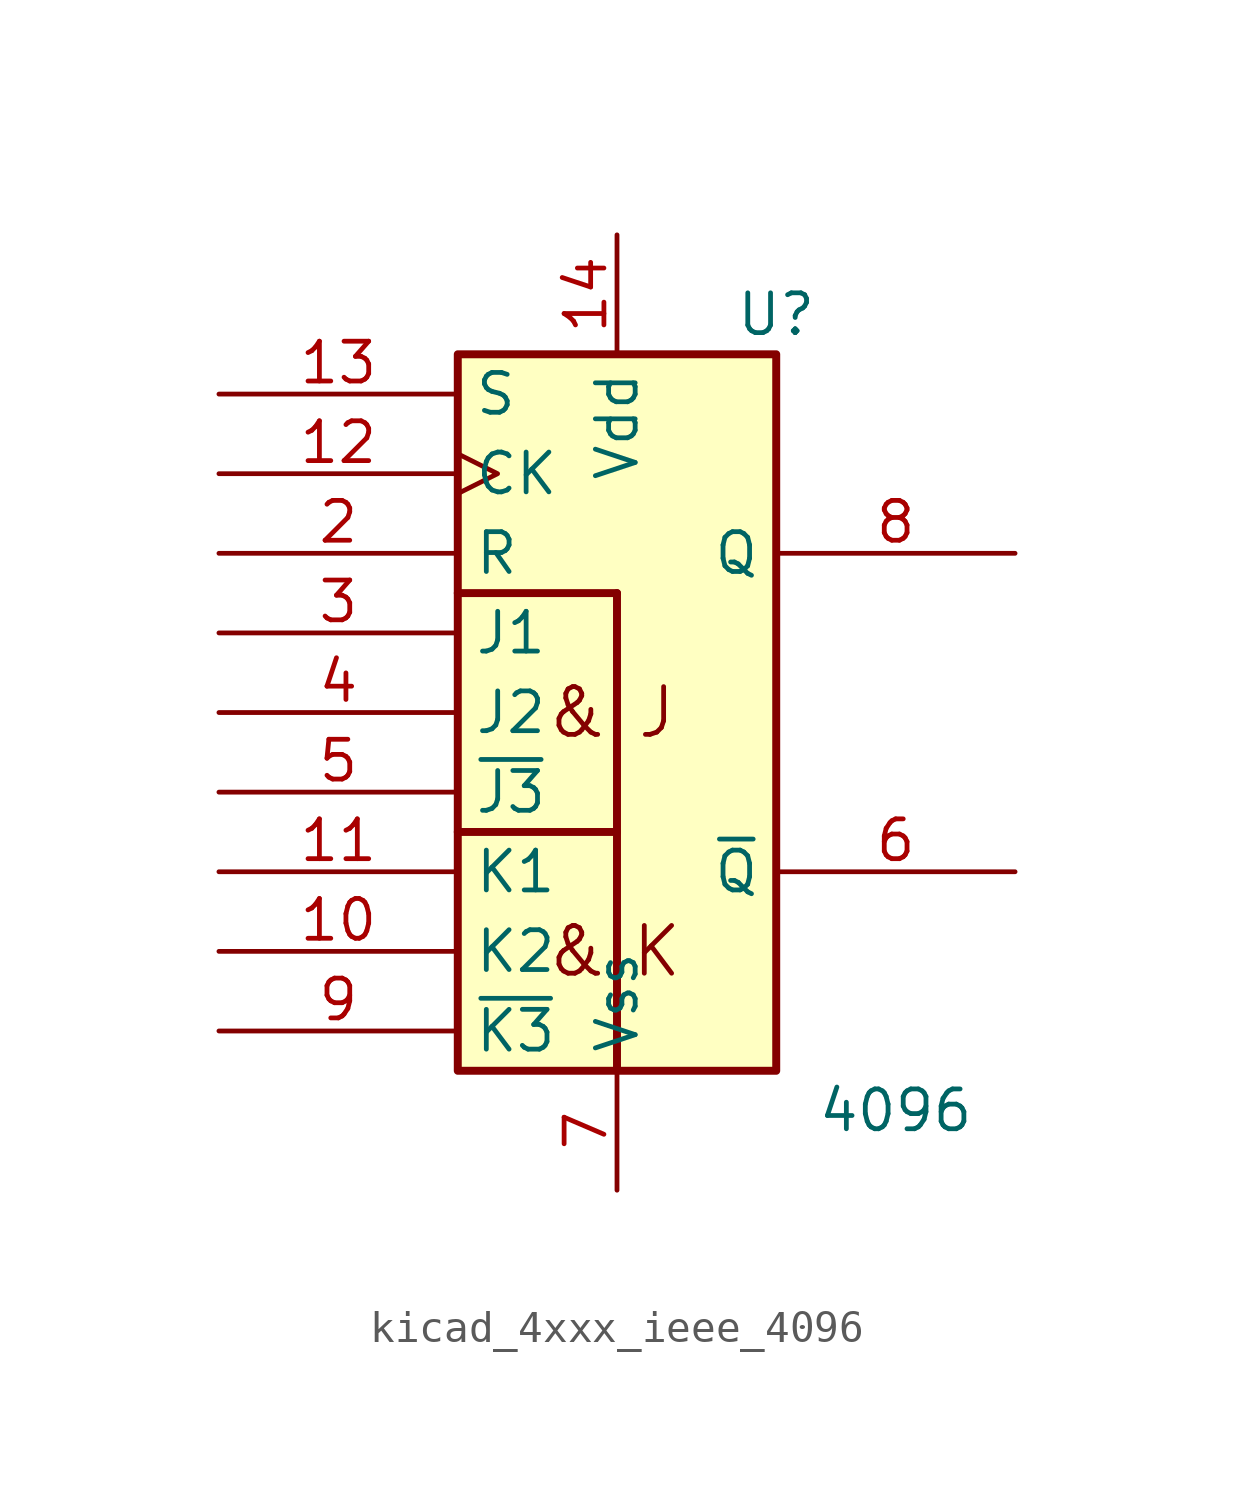
<source format=kicad_sym>
(kicad_symbol_lib
  (version 20220914)
  (generator kicad_symbol_editor)
  (symbol "kicad_4xxx_ieee_4096"
    (property "Reference" "U"
      (at 5.08 12.7 0)
      (effects (font (size 1.27 1.27))))
    (property "Value" "4096"
      (at 8.89 -12.7 0)
      (effects (font (size 1.27 1.27))))
    (symbol "kicad_4xxx_ieee_4096_0_0"
      (text "&" (at -1.27 -7.62 0) (effects (font (size 1.524 1.524))))
      (text "&" (at -1.27 0 0) (effects (font (size 1.524 1.524))))
      (text "J" (at 1.27 0 0) (effects (font (size 1.524 1.524))))
      (text "K" (at 1.27 -7.62 0) (effects (font (size 1.524 1.524)))))
    (symbol "kicad_4xxx_ieee_4096_0_1"
      (rectangle (start -5.08 3.81) (end 0 3.81) (stroke (width 0.254) (type default)) (fill (type background)))
      (rectangle (start -5.08 11.43) (end 5.08 -11.43) (stroke (width 0.254) (type default)) (fill (type background)))
      (rectangle (start 0 -3.81) (end -5.08 -3.81) (stroke (width 0.254) (type default)) (fill (type background)))
      (rectangle (start 0 -3.81) (end 0 -11.43) (stroke (width 0.254) (type default)) (fill (type background)))
      (rectangle (start 0 3.81) (end 0 -3.81) (stroke (width 0.254) (type default)) (fill (type background))))
    (symbol "kicad_4xxx_ieee_4096_1_1"
      (pin input line (at -12.7 -7.62 0) (length 7.62) (name "K2" (effects (font (size 1.27 1.27)))) (number "10" (effects (font (size 1.27 1.27)))))
      (pin input line (at -12.7 -5.08 0) (length 7.62) (name "K1" (effects (font (size 1.27 1.27)))) (number "11" (effects (font (size 1.27 1.27)))))
      (pin input clock (at -12.7 7.62 0) (length 7.62) (name "CK" (effects (font (size 1.27 1.27)))) (number "12" (effects (font (size 1.27 1.27)))))
      (pin input line (at -12.7 10.16 0) (length 7.62) (name "S" (effects (font (size 1.27 1.27)))) (number "13" (effects (font (size 1.27 1.27)))))
      (pin power_in line (at 0 15.24 270) (length 3.81) (name "Vdd" (effects (font (size 1.27 1.27)))) (number "14" (effects (font (size 1.27 1.27)))))
      (pin input line (at -12.7 5.08 0) (length 7.62) (name "R" (effects (font (size 1.27 1.27)))) (number "2" (effects (font (size 1.27 1.27)))))
      (pin input line (at -12.7 2.54 0) (length 7.62) (name "J1" (effects (font (size 1.27 1.27)))) (number "3" (effects (font (size 1.27 1.27)))))
      (pin input line (at -12.7 0 0) (length 7.62) (name "J2" (effects (font (size 1.27 1.27)))) (number "4" (effects (font (size 1.27 1.27)))))
      (pin input line (at -12.7 -2.54 0) (length 7.62) (name "~{J3}" (effects (font (size 1.27 1.27)))) (number "5" (effects (font (size 1.27 1.27)))))
      (pin output line (at 12.7 -5.08 180) (length 7.62) (name "~{Q}" (effects (font (size 1.27 1.27)))) (number "6" (effects (font (size 1.27 1.27)))))
      (pin power_in line (at 0 -15.24 90) (length 3.81) (name "Vss" (effects (font (size 1.27 1.27)))) (number "7" (effects (font (size 1.27 1.27)))))
      (pin output line (at 12.7 5.08 180) (length 7.62) (name "Q" (effects (font (size 1.27 1.27)))) (number "8" (effects (font (size 1.27 1.27)))))
      (pin input line (at -12.7 -10.16 0) (length 7.62) (name "~{K3}" (effects (font (size 1.27 1.27)))) (number "9" (effects (font (size 1.27 1.27))))))))
</source>
